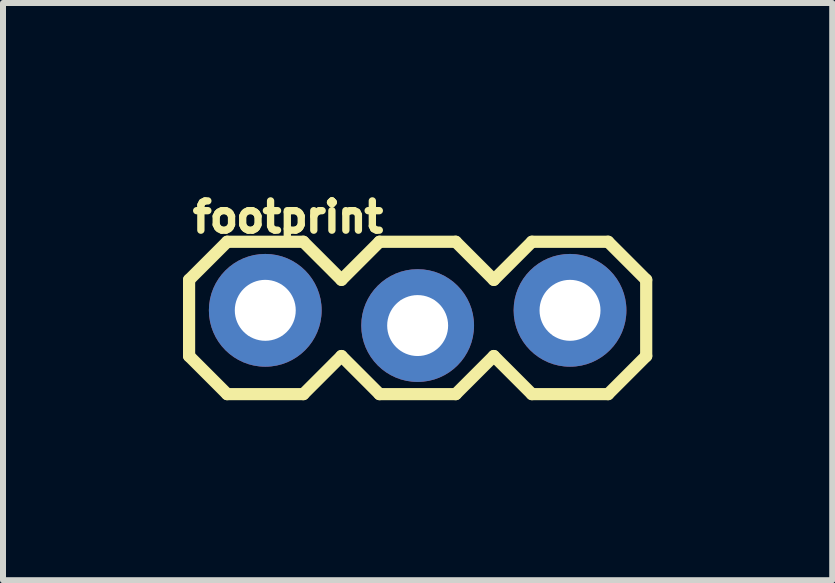
<source format=kicad_pcb>
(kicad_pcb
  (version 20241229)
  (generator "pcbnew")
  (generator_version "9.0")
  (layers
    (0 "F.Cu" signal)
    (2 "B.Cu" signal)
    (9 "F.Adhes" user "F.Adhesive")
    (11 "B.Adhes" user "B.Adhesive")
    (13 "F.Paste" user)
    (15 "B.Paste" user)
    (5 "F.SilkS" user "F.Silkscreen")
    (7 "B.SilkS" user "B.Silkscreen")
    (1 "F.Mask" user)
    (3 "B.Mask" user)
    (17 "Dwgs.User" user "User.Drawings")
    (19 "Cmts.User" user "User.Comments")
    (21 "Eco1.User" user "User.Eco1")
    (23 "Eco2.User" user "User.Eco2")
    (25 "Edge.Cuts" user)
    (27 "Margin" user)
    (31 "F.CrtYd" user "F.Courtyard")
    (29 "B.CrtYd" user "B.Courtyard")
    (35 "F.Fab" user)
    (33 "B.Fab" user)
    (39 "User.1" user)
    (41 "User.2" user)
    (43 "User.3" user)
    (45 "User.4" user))
  (footprint "footprint"
    (layer "F.Cu")
    (at 1.372 2.25)
    (property "Reference" "footprint" (at -1.27 -1.397 0) (layer "F.SilkS") (effects (font (size 0.488 0.488) (thickness 0.122)) (justify left bottom)))
    (fp_line (start -1.27 -0.635) (end -1.27 0.635) (stroke (width 0.203) (type solid)) (layer "F.SilkS"))
    (fp_line (start -1.27 0.635) (end -0.635 1.27) (stroke (width 0.203) (type solid)) (layer "F.SilkS"))
    (fp_line (start -0.635 -1.27) (end -1.27 -0.635) (stroke (width 0.203) (type solid)) (layer "F.SilkS"))
    (fp_line (start -0.635 -1.27) (end 0.635 -1.27) (stroke (width 0.203) (type solid)) (layer "F.SilkS"))
    (fp_line (start 0.635 -1.27) (end 1.27 -0.635) (stroke (width 0.203) (type solid)) (layer "F.SilkS"))
    (fp_line (start 0.635 1.27) (end -0.635 1.27) (stroke (width 0.203) (type solid)) (layer "F.SilkS"))
    (fp_line (start 1.27 -0.635) (end 1.905 -1.27) (stroke (width 0.203) (type solid)) (layer "F.SilkS"))
    (fp_line (start 1.27 0.635) (end 0.635 1.27) (stroke (width 0.203) (type solid)) (layer "F.SilkS"))
    (fp_line (start 1.905 -1.27) (end 3.175 -1.27) (stroke (width 0.203) (type solid)) (layer "F.SilkS"))
    (fp_line (start 1.905 1.27) (end 1.27 0.635) (stroke (width 0.203) (type solid)) (layer "F.SilkS"))
    (fp_line (start 3.175 -1.27) (end 3.81 -0.635) (stroke (width 0.203) (type solid)) (layer "F.SilkS"))
    (fp_line (start 3.175 1.27) (end 1.905 1.27) (stroke (width 0.203) (type solid)) (layer "F.SilkS"))
    (fp_line (start 3.81 -0.635) (end 4.445 -1.27) (stroke (width 0.203) (type solid)) (layer "F.SilkS"))
    (fp_line (start 3.81 0.635) (end 3.175 1.27) (stroke (width 0.203) (type solid)) (layer "F.SilkS"))
    (fp_line (start 4.445 -1.27) (end 5.715 -1.27) (stroke (width 0.203) (type solid)) (layer "F.SilkS"))
    (fp_line (start 4.445 1.27) (end 3.81 0.635) (stroke (width 0.203) (type solid)) (layer "F.SilkS"))
    (fp_line (start 5.715 -1.27) (end 6.35 -0.635) (stroke (width 0.203) (type solid)) (layer "F.SilkS"))
    (fp_line (start 5.715 1.27) (end 4.445 1.27) (stroke (width 0.203) (type solid)) (layer "F.SilkS"))
    (fp_line (start 6.35 -0.635) (end 6.35 0.635) (stroke (width 0.203) (type solid)) (layer "F.SilkS"))
    (fp_line (start 6.35 0.635) (end 5.715 1.27) (stroke (width 0.203) (type solid)) (layer "F.SilkS"))
    (fp_poly (pts (xy -0.254 0.254) (xy 0.254 0.254) (xy 0.254 -0.254) (xy -0.254 -0.254)) (stroke (width 0.1) (type solid)) (fill no) (layer "F.Fab"))
    (fp_poly (pts (xy 2.286 0.254) (xy 2.794 0.254) (xy 2.794 -0.254) (xy 2.286 -0.254)) (stroke (width 0.1) (type solid)) (fill no) (layer "F.Fab"))
    (fp_poly (pts (xy 4.826 0.254) (xy 5.334 0.254) (xy 5.334 -0.254) (xy 4.826 -0.254)) (stroke (width 0.1) (type solid)) (fill no) (layer "F.Fab"))
    (pad "1" thru_hole circle (at 0 -0.127 90) (size 1.88 1.88) (drill 1.016) (layers "*.Cu" "*.Mask"))
    (pad "2" thru_hole circle (at 2.54 0.127 90) (size 1.88 1.88) (drill 1.016) (layers "*.Cu" "*.Mask"))
    (pad "3" thru_hole circle (at 5.08 -0.127 90) (size 1.88 1.88) (drill 1.016) (layers "*.Cu" "*.Mask")))
  (gr_rect
    (start -3 -3)
    (end 10.823 6.622)
    (stroke (width 0.1) (type default))
    (fill no)
    (layer "Edge.Cuts")))
</source>
